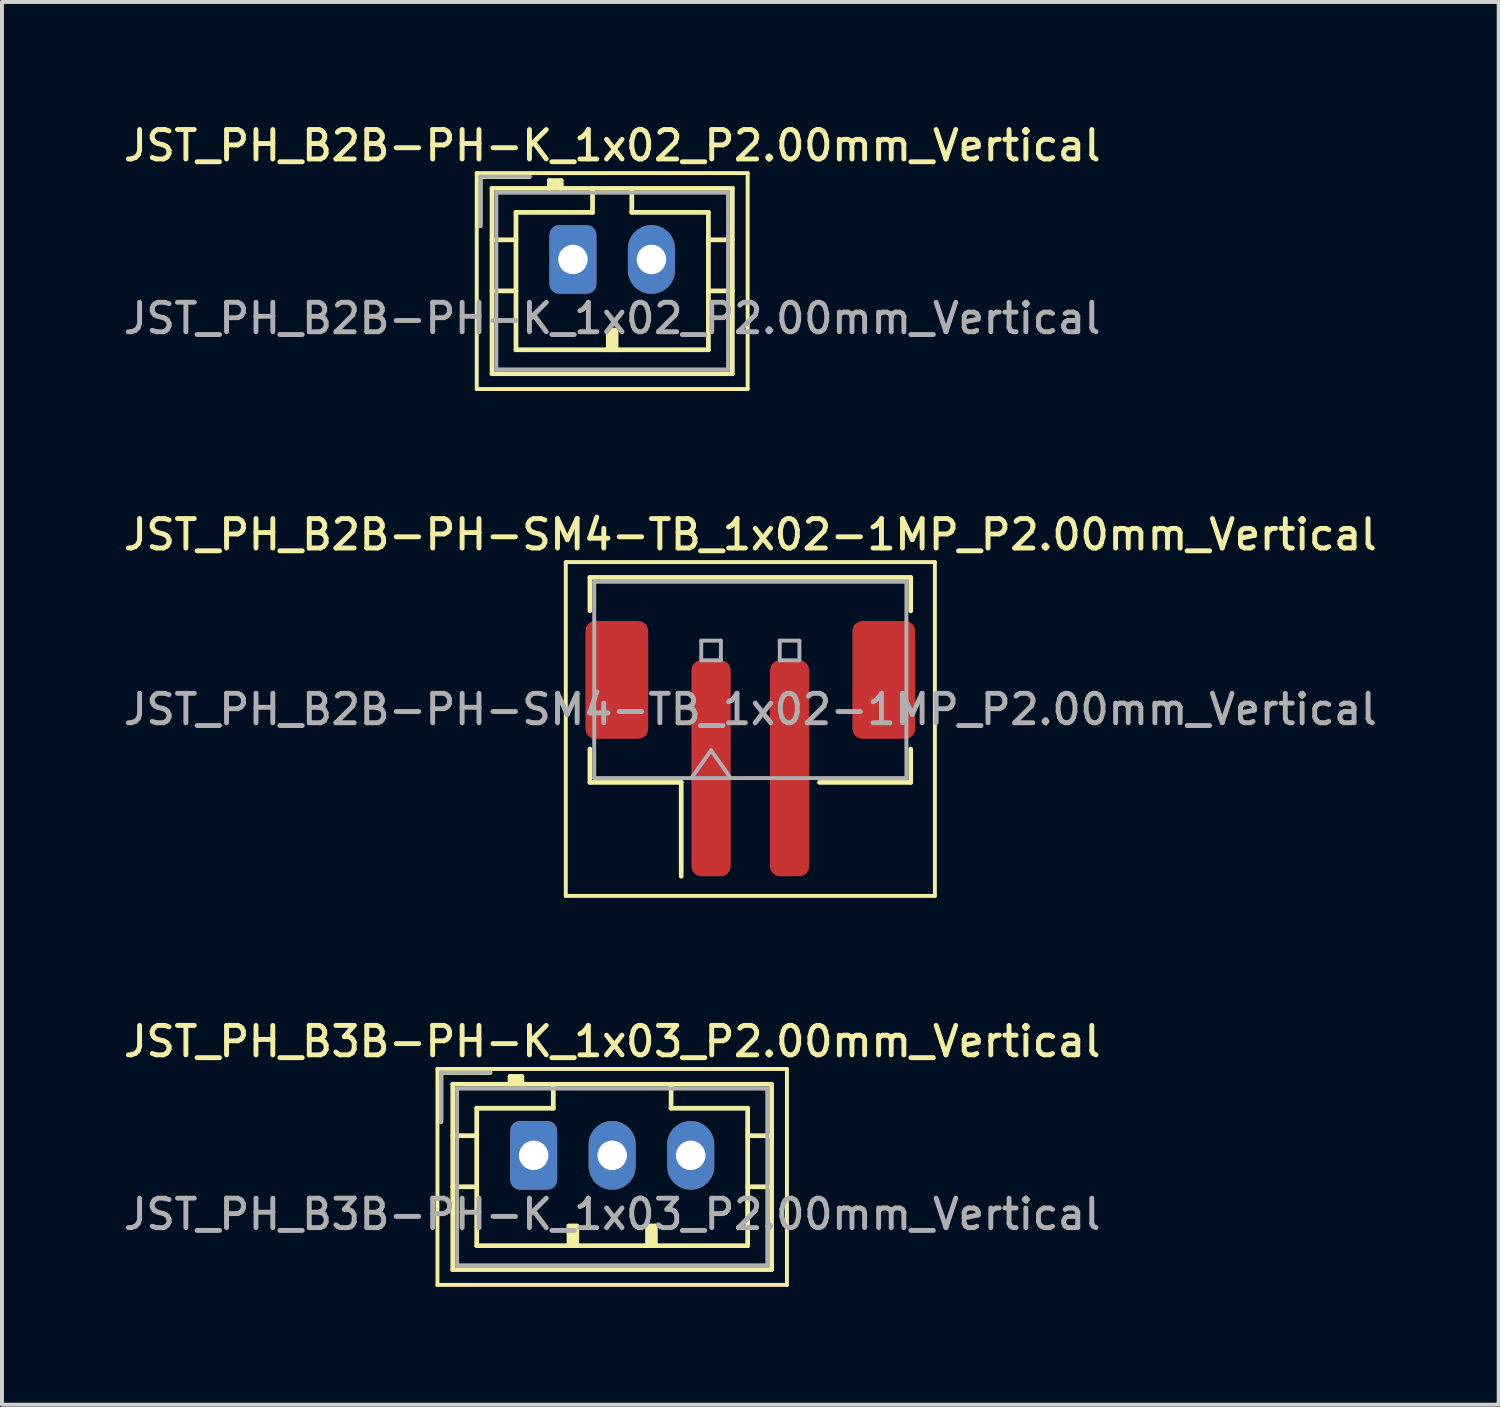
<source format=kicad_pcb>
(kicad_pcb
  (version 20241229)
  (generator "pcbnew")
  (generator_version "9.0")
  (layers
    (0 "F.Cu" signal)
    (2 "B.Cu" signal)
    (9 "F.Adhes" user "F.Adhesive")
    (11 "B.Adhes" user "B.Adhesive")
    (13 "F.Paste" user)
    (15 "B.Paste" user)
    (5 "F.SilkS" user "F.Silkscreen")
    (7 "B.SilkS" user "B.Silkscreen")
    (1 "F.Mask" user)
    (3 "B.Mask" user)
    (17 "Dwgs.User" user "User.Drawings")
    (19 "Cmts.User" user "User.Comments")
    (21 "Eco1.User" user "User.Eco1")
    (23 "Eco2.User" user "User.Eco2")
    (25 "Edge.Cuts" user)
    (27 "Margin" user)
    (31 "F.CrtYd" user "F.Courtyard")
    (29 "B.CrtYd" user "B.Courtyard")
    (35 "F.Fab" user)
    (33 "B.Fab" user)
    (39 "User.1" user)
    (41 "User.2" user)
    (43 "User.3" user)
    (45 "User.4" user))
  (footprint "JST_PH_B2B-PH-SM4-TB_1x02-1MP_P2.00mm_Vertical"
    (layer "F.Cu")
    (at 16.059 16.016)
    (property "Reference" "JST_PH_B2B-PH-SM4-TB_1x02-1MP_P2.00mm_Vertical" (at 0 -5.45 0) (layer "F.SilkS") (effects (font (size 0.75 0.75) (thickness 0.125))))
    (attr smd)
    (fp_line (start -4.7 -4.75) (end -4.7 3.75) (stroke (width 0.1) (type solid)) (layer "F.SilkS"))
    (fp_line (start -4.7 3.75) (end 4.7 3.75) (stroke (width 0.1) (type solid)) (layer "F.SilkS"))
    (fp_line (start -4.085 -4.36) (end 4.085 -4.36) (stroke (width 0.12) (type solid)) (layer "F.SilkS"))
    (fp_line (start -4.085 -3.51) (end -4.085 -4.36) (stroke (width 0.12) (type solid)) (layer "F.SilkS"))
    (fp_line (start -4.085 0.01) (end -4.085 0.86) (stroke (width 0.12) (type solid)) (layer "F.SilkS"))
    (fp_line (start -4.085 0.86) (end -1.76 0.86) (stroke (width 0.12) (type solid)) (layer "F.SilkS"))
    (fp_line (start -1.76 0.86) (end -1.76 3.25) (stroke (width 0.12) (type solid)) (layer "F.SilkS"))
    (fp_line (start 4.085 -4.36) (end 4.085 -3.51) (stroke (width 0.12) (type solid)) (layer "F.SilkS"))
    (fp_line (start 4.085 0.01) (end 4.085 0.86) (stroke (width 0.12) (type solid)) (layer "F.SilkS"))
    (fp_line (start 4.085 0.86) (end 1.76 0.86) (stroke (width 0.12) (type solid)) (layer "F.SilkS"))
    (fp_line (start 4.7 -4.75) (end -4.7 -4.75) (stroke (width 0.1) (type solid)) (layer "F.SilkS"))
    (fp_line (start 4.7 3.75) (end 4.7 -4.75) (stroke (width 0.1) (type solid)) (layer "F.SilkS"))
    (fp_line (start -3.975 -4.25) (end 3.975 -4.25) (stroke (width 0.1) (type solid)) (layer "F.Fab"))
    (fp_line (start -3.975 0.75) (end -3.975 -4.25) (stroke (width 0.1) (type solid)) (layer "F.Fab"))
    (fp_line (start -3.975 0.75) (end 3.975 0.75) (stroke (width 0.1) (type solid)) (layer "F.Fab"))
    (fp_line (start -1.5 0.75) (end -1 0.043) (stroke (width 0.1) (type solid)) (layer "F.Fab"))
    (fp_line (start -1.25 -2.75) (end -1.25 -2.25) (stroke (width 0.1) (type solid)) (layer "F.Fab"))
    (fp_line (start -1.25 -2.25) (end -0.75 -2.25) (stroke (width 0.1) (type solid)) (layer "F.Fab"))
    (fp_line (start -1 0.043) (end -0.5 0.75) (stroke (width 0.1) (type solid)) (layer "F.Fab"))
    (fp_line (start -0.75 -2.75) (end -1.25 -2.75) (stroke (width 0.1) (type solid)) (layer "F.Fab"))
    (fp_line (start -0.75 -2.25) (end -0.75 -2.75) (stroke (width 0.1) (type solid)) (layer "F.Fab"))
    (fp_line (start 0.75 -2.75) (end 0.75 -2.25) (stroke (width 0.1) (type solid)) (layer "F.Fab"))
    (fp_line (start 0.75 -2.25) (end 1.25 -2.25) (stroke (width 0.1) (type solid)) (layer "F.Fab"))
    (fp_line (start 1.25 -2.75) (end 0.75 -2.75) (stroke (width 0.1) (type solid)) (layer "F.Fab"))
    (fp_line (start 1.25 -2.25) (end 1.25 -2.75) (stroke (width 0.1) (type solid)) (layer "F.Fab"))
    (fp_line (start 3.975 0.75) (end 3.975 -4.25) (stroke (width 0.1) (type solid)) (layer "F.Fab"))
    (fp_text user "${REFERENCE}" (at 0 -1 0) (layer "F.Fab") (effects (font (size 0.75 0.75) (thickness 0.125))))
    (pad "1" smd roundrect (at -1 0.5) (size 1 5.5) (layers "F.Cu" "F.Mask" "F.Paste") (roundrect_rratio 0.25))
    (pad "2" smd roundrect (at 1 0.5) (size 1 5.5) (layers "F.Cu" "F.Mask" "F.Paste") (roundrect_rratio 0.25))
    (pad "MP" smd roundrect (at -3.4 -1.75) (size 1.6 3) (layers "F.Cu" "F.Mask" "F.Paste") (roundrect_rratio 0.156))
    (pad "MP" smd roundrect (at 3.4 -1.75) (size 1.6 3) (layers "F.Cu" "F.Mask" "F.Paste") (roundrect_rratio 0.156)))
  (footprint "JST_PH_B2B-PH-K_1x02_P2.00mm_Vertical"
    (layer "F.Cu")
    (at 11.541 3.558)
    (property "Reference" "JST_PH_B2B-PH-K_1x02_P2.00mm_Vertical" (at 1 -2.9 0) (layer "F.SilkS") (effects (font (size 0.75 0.75) (thickness 0.125))))
    (attr through_hole)
    (fp_line (start -2.45 -2.2) (end -2.45 3.3) (stroke (width 0.1) (type solid)) (layer "F.SilkS"))
    (fp_line (start -2.45 3.3) (end 4.45 3.3) (stroke (width 0.1) (type solid)) (layer "F.SilkS"))
    (fp_line (start -2.36 -2.11) (end -2.36 -0.86) (stroke (width 0.12) (type solid)) (layer "F.SilkS"))
    (fp_line (start -2.06 -1.81) (end -2.06 2.91) (stroke (width 0.12) (type solid)) (layer "F.SilkS"))
    (fp_line (start -2.06 -0.5) (end -1.45 -0.5) (stroke (width 0.12) (type solid)) (layer "F.SilkS"))
    (fp_line (start -2.06 0.8) (end -1.45 0.8) (stroke (width 0.12) (type solid)) (layer "F.SilkS"))
    (fp_line (start -2.06 2.91) (end 4.06 2.91) (stroke (width 0.12) (type solid)) (layer "F.SilkS"))
    (fp_line (start -1.45 -1.2) (end -1.45 2.3) (stroke (width 0.12) (type solid)) (layer "F.SilkS"))
    (fp_line (start -1.45 2.3) (end 3.45 2.3) (stroke (width 0.12) (type solid)) (layer "F.SilkS"))
    (fp_line (start -1.11 -2.11) (end -2.36 -2.11) (stroke (width 0.12) (type solid)) (layer "F.SilkS"))
    (fp_line (start -0.6 -2.01) (end -0.6 -1.81) (stroke (width 0.12) (type solid)) (layer "F.SilkS"))
    (fp_line (start -0.3 -2.01) (end -0.6 -2.01) (stroke (width 0.12) (type solid)) (layer "F.SilkS"))
    (fp_line (start -0.3 -1.91) (end -0.6 -1.91) (stroke (width 0.12) (type solid)) (layer "F.SilkS"))
    (fp_line (start -0.3 -1.81) (end -0.3 -2.01) (stroke (width 0.12) (type solid)) (layer "F.SilkS"))
    (fp_line (start 0.5 -1.81) (end 0.5 -1.2) (stroke (width 0.12) (type solid)) (layer "F.SilkS"))
    (fp_line (start 0.5 -1.2) (end -1.45 -1.2) (stroke (width 0.12) (type solid)) (layer "F.SilkS"))
    (fp_line (start 0.9 1.8) (end 1.1 1.8) (stroke (width 0.12) (type solid)) (layer "F.SilkS"))
    (fp_line (start 0.9 2.3) (end 0.9 1.8) (stroke (width 0.12) (type solid)) (layer "F.SilkS"))
    (fp_line (start 1 2.3) (end 1 1.8) (stroke (width 0.12) (type solid)) (layer "F.SilkS"))
    (fp_line (start 1.1 1.8) (end 1.1 2.3) (stroke (width 0.12) (type solid)) (layer "F.SilkS"))
    (fp_line (start 1.5 -1.2) (end 1.5 -1.81) (stroke (width 0.12) (type solid)) (layer "F.SilkS"))
    (fp_line (start 3.45 -1.2) (end 1.5 -1.2) (stroke (width 0.12) (type solid)) (layer "F.SilkS"))
    (fp_line (start 3.45 2.3) (end 3.45 -1.2) (stroke (width 0.12) (type solid)) (layer "F.SilkS"))
    (fp_line (start 4.06 -1.81) (end -2.06 -1.81) (stroke (width 0.12) (type solid)) (layer "F.SilkS"))
    (fp_line (start 4.06 -0.5) (end 3.45 -0.5) (stroke (width 0.12) (type solid)) (layer "F.SilkS"))
    (fp_line (start 4.06 0.8) (end 3.45 0.8) (stroke (width 0.12) (type solid)) (layer "F.SilkS"))
    (fp_line (start 4.06 2.91) (end 4.06 -1.81) (stroke (width 0.12) (type solid)) (layer "F.SilkS"))
    (fp_line (start 4.45 -2.2) (end -2.45 -2.2) (stroke (width 0.1) (type solid)) (layer "F.SilkS"))
    (fp_line (start 4.45 3.3) (end 4.45 -2.2) (stroke (width 0.1) (type solid)) (layer "F.SilkS"))
    (fp_line (start -2.36 -2.11) (end -2.36 -0.86) (stroke (width 0.1) (type solid)) (layer "F.Fab"))
    (fp_line (start -1.95 -1.7) (end -1.95 2.8) (stroke (width 0.1) (type solid)) (layer "F.Fab"))
    (fp_line (start -1.95 2.8) (end 3.95 2.8) (stroke (width 0.1) (type solid)) (layer "F.Fab"))
    (fp_line (start -1.11 -2.11) (end -2.36 -2.11) (stroke (width 0.1) (type solid)) (layer "F.Fab"))
    (fp_line (start 3.95 -1.7) (end -1.95 -1.7) (stroke (width 0.1) (type solid)) (layer "F.Fab"))
    (fp_line (start 3.95 2.8) (end 3.95 -1.7) (stroke (width 0.1) (type solid)) (layer "F.Fab"))
    (fp_text user "${REFERENCE}" (at 1 1.5 0) (layer "F.Fab") (effects (font (size 0.75 0.75) (thickness 0.125))))
    (pad "1" thru_hole roundrect (at 0 0) (size 1.2 1.75) (drill 0.75) (layers "*.Cu" "*.Mask") (roundrect_rratio 0.208))
    (pad "2" thru_hole oval (at 2 0) (size 1.2 1.75) (drill 0.75) (layers "*.Cu" "*.Mask")))
  (footprint "JST_PH_B3B-PH-K_1x03_P2.00mm_Vertical"
    (layer "F.Cu")
    (at 10.541 26.374)
    (property "Reference" "JST_PH_B3B-PH-K_1x03_P2.00mm_Vertical" (at 2 -2.9 0) (layer "F.SilkS") (effects (font (size 0.75 0.75) (thickness 0.125))))
    (attr through_hole)
    (fp_line (start -2.45 -2.2) (end -2.45 3.3) (stroke (width 0.1) (type solid)) (layer "F.SilkS"))
    (fp_line (start -2.45 3.3) (end 6.45 3.3) (stroke (width 0.1) (type solid)) (layer "F.SilkS"))
    (fp_line (start -2.36 -2.11) (end -2.36 -0.86) (stroke (width 0.12) (type solid)) (layer "F.SilkS"))
    (fp_line (start -2.06 -1.81) (end -2.06 2.91) (stroke (width 0.12) (type solid)) (layer "F.SilkS"))
    (fp_line (start -2.06 -0.5) (end -1.45 -0.5) (stroke (width 0.12) (type solid)) (layer "F.SilkS"))
    (fp_line (start -2.06 0.8) (end -1.45 0.8) (stroke (width 0.12) (type solid)) (layer "F.SilkS"))
    (fp_line (start -2.06 2.91) (end 6.06 2.91) (stroke (width 0.12) (type solid)) (layer "F.SilkS"))
    (fp_line (start -1.45 -1.2) (end -1.45 2.3) (stroke (width 0.12) (type solid)) (layer "F.SilkS"))
    (fp_line (start -1.45 2.3) (end 5.45 2.3) (stroke (width 0.12) (type solid)) (layer "F.SilkS"))
    (fp_line (start -1.11 -2.11) (end -2.36 -2.11) (stroke (width 0.12) (type solid)) (layer "F.SilkS"))
    (fp_line (start -0.6 -2.01) (end -0.6 -1.81) (stroke (width 0.12) (type solid)) (layer "F.SilkS"))
    (fp_line (start -0.3 -2.01) (end -0.6 -2.01) (stroke (width 0.12) (type solid)) (layer "F.SilkS"))
    (fp_line (start -0.3 -1.91) (end -0.6 -1.91) (stroke (width 0.12) (type solid)) (layer "F.SilkS"))
    (fp_line (start -0.3 -1.81) (end -0.3 -2.01) (stroke (width 0.12) (type solid)) (layer "F.SilkS"))
    (fp_line (start 0.5 -1.81) (end 0.5 -1.2) (stroke (width 0.12) (type solid)) (layer "F.SilkS"))
    (fp_line (start 0.5 -1.2) (end -1.45 -1.2) (stroke (width 0.12) (type solid)) (layer "F.SilkS"))
    (fp_line (start 0.9 1.8) (end 1.1 1.8) (stroke (width 0.12) (type solid)) (layer "F.SilkS"))
    (fp_line (start 0.9 2.3) (end 0.9 1.8) (stroke (width 0.12) (type solid)) (layer "F.SilkS"))
    (fp_line (start 1 2.3) (end 1 1.8) (stroke (width 0.12) (type solid)) (layer "F.SilkS"))
    (fp_line (start 1.1 1.8) (end 1.1 2.3) (stroke (width 0.12) (type solid)) (layer "F.SilkS"))
    (fp_line (start 2.9 1.8) (end 3.1 1.8) (stroke (width 0.12) (type solid)) (layer "F.SilkS"))
    (fp_line (start 2.9 2.3) (end 2.9 1.8) (stroke (width 0.12) (type solid)) (layer "F.SilkS"))
    (fp_line (start 3 2.3) (end 3 1.8) (stroke (width 0.12) (type solid)) (layer "F.SilkS"))
    (fp_line (start 3.1 1.8) (end 3.1 2.3) (stroke (width 0.12) (type solid)) (layer "F.SilkS"))
    (fp_line (start 3.5 -1.2) (end 3.5 -1.81) (stroke (width 0.12) (type solid)) (layer "F.SilkS"))
    (fp_line (start 5.45 -1.2) (end 3.5 -1.2) (stroke (width 0.12) (type solid)) (layer "F.SilkS"))
    (fp_line (start 5.45 2.3) (end 5.45 -1.2) (stroke (width 0.12) (type solid)) (layer "F.SilkS"))
    (fp_line (start 6.06 -1.81) (end -2.06 -1.81) (stroke (width 0.12) (type solid)) (layer "F.SilkS"))
    (fp_line (start 6.06 -0.5) (end 5.45 -0.5) (stroke (width 0.12) (type solid)) (layer "F.SilkS"))
    (fp_line (start 6.06 0.8) (end 5.45 0.8) (stroke (width 0.12) (type solid)) (layer "F.SilkS"))
    (fp_line (start 6.06 2.91) (end 6.06 -1.81) (stroke (width 0.12) (type solid)) (layer "F.SilkS"))
    (fp_line (start 6.45 -2.2) (end -2.45 -2.2) (stroke (width 0.1) (type solid)) (layer "F.SilkS"))
    (fp_line (start 6.45 3.3) (end 6.45 -2.2) (stroke (width 0.1) (type solid)) (layer "F.SilkS"))
    (fp_line (start -2.36 -2.11) (end -2.36 -0.86) (stroke (width 0.1) (type solid)) (layer "F.Fab"))
    (fp_line (start -1.95 -1.7) (end -1.95 2.8) (stroke (width 0.1) (type solid)) (layer "F.Fab"))
    (fp_line (start -1.95 2.8) (end 5.95 2.8) (stroke (width 0.1) (type solid)) (layer "F.Fab"))
    (fp_line (start -1.11 -2.11) (end -2.36 -2.11) (stroke (width 0.1) (type solid)) (layer "F.Fab"))
    (fp_line (start 5.95 -1.7) (end -1.95 -1.7) (stroke (width 0.1) (type solid)) (layer "F.Fab"))
    (fp_line (start 5.95 2.8) (end 5.95 -1.7) (stroke (width 0.1) (type solid)) (layer "F.Fab"))
    (fp_text user "${REFERENCE}" (at 2 1.5 0) (layer "F.Fab") (effects (font (size 0.75 0.75) (thickness 0.125))))
    (pad "1" thru_hole roundrect (at 0 0) (size 1.2 1.75) (drill 0.75) (layers "*.Cu" "*.Mask") (roundrect_rratio 0.208))
    (pad "2" thru_hole oval (at 2 0) (size 1.2 1.75) (drill 0.75) (layers "*.Cu" "*.Mask"))
    (pad "3" thru_hole oval (at 4 0) (size 1.2 1.75) (drill 0.75) (layers "*.Cu" "*.Mask")))
  (gr_rect
    (start -3 -3)
    (end 35.118 32.724)
    (stroke (width 0.1) (type default))
    (fill no)
    (layer "Edge.Cuts")))
</source>
